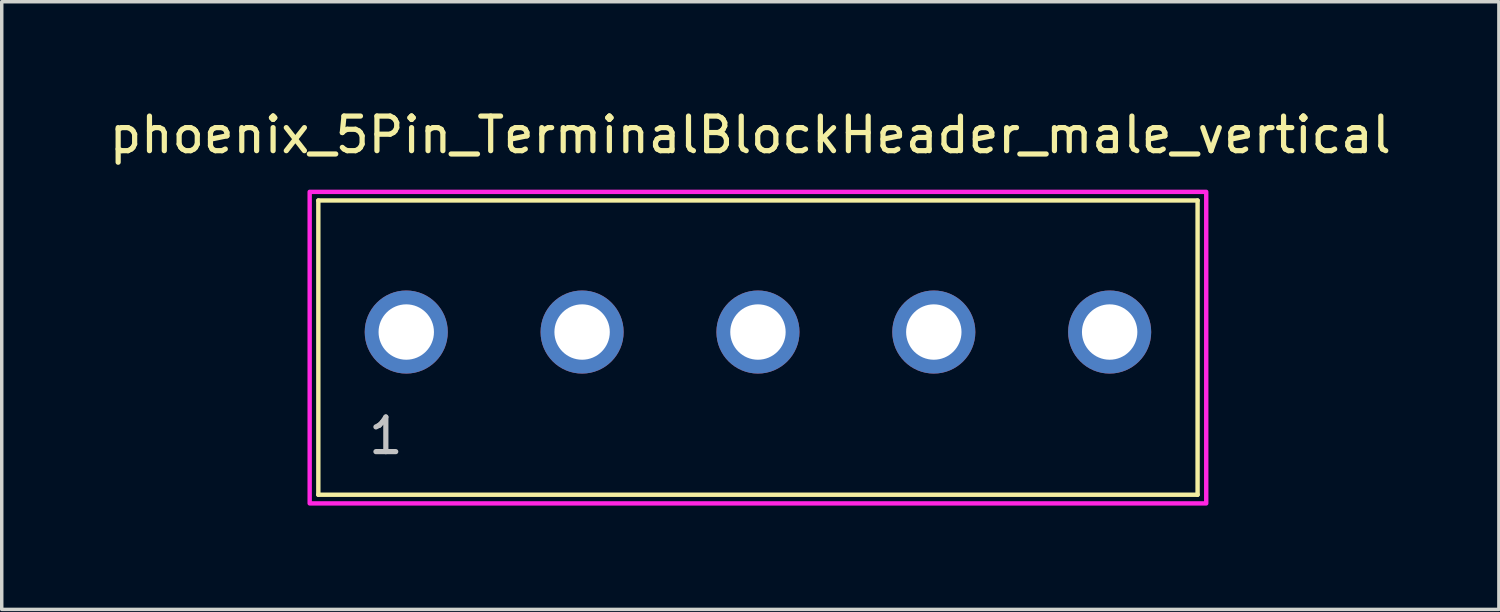
<source format=kicad_pcb>
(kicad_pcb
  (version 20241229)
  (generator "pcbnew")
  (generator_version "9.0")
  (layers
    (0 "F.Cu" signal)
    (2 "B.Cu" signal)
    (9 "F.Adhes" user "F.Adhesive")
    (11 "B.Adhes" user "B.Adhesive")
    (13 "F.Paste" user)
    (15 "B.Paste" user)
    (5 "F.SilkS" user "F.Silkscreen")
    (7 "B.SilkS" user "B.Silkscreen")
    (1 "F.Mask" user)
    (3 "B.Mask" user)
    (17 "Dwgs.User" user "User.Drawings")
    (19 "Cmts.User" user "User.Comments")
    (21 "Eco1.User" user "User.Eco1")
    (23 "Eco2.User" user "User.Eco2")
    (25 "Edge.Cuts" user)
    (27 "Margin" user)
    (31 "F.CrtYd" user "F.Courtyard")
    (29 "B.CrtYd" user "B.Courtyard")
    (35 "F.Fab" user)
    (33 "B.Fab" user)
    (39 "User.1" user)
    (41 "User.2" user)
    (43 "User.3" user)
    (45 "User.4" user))
  (footprint "phoenix_5Pin_TerminalBlockHeader_male_vertical"
    (layer "F.Cu")
    (at 18.846 6.542)
    (property "Reference" "phoenix_5Pin_TerminalBlockHeader_male_vertical" (at -0.221 -5.694 0) (layer "F.SilkS") (effects (font (size 1 1) (thickness 0.15))))
    (attr through_hole)
    (fp_line (start -12.7 -3.8) (end -12.7 4.7) (stroke (width 0.127) (type solid)) (layer "F.SilkS"))
    (fp_line (start -12.7 4.7) (end 12.7 4.7) (stroke (width 0.127) (type solid)) (layer "F.SilkS"))
    (fp_line (start 12.7 -3.8) (end -12.7 -3.8) (stroke (width 0.127) (type solid)) (layer "F.SilkS"))
    (fp_line (start 12.7 4.7) (end 12.7 -3.8) (stroke (width 0.127) (type solid)) (layer "F.SilkS"))
    (fp_poly (pts (xy -12.95 -4.05) (xy 12.95 -4.05) (xy 12.95 4.95) (xy -12.95 4.95)) (stroke (width 0.127) (type solid)) (fill no) (layer "F.CrtYd"))
    (fp_text user "1" (at -10.75 3 0) (layer "Dwgs.User") (effects (font (size 1 1) (thickness 0.15))))
    (pad "1" thru_hole circle (at -10.16 0) (size 2.4 2.4) (drill 1.6) (layers "*.Cu" "*.Mask"))
    (pad "2" thru_hole circle (at -5.08 0) (size 2.4 2.4) (drill 1.6) (layers "*.Cu" "*.Mask"))
    (pad "3" thru_hole circle (at 0 0) (size 2.4 2.4) (drill 1.6) (layers "*.Cu" "*.Mask"))
    (pad "4" thru_hole circle (at 5.08 0) (size 2.4 2.4) (drill 1.6) (layers "*.Cu" "*.Mask"))
    (pad "5" thru_hole circle (at 10.16 0) (size 2.4 2.4) (drill 1.6) (layers "*.Cu" "*.Mask")))
  (gr_rect
    (start -3 -3)
    (end 40.25 14.555)
    (stroke (width 0.1) (type default))
    (fill no)
    (layer "Edge.Cuts")))
</source>
